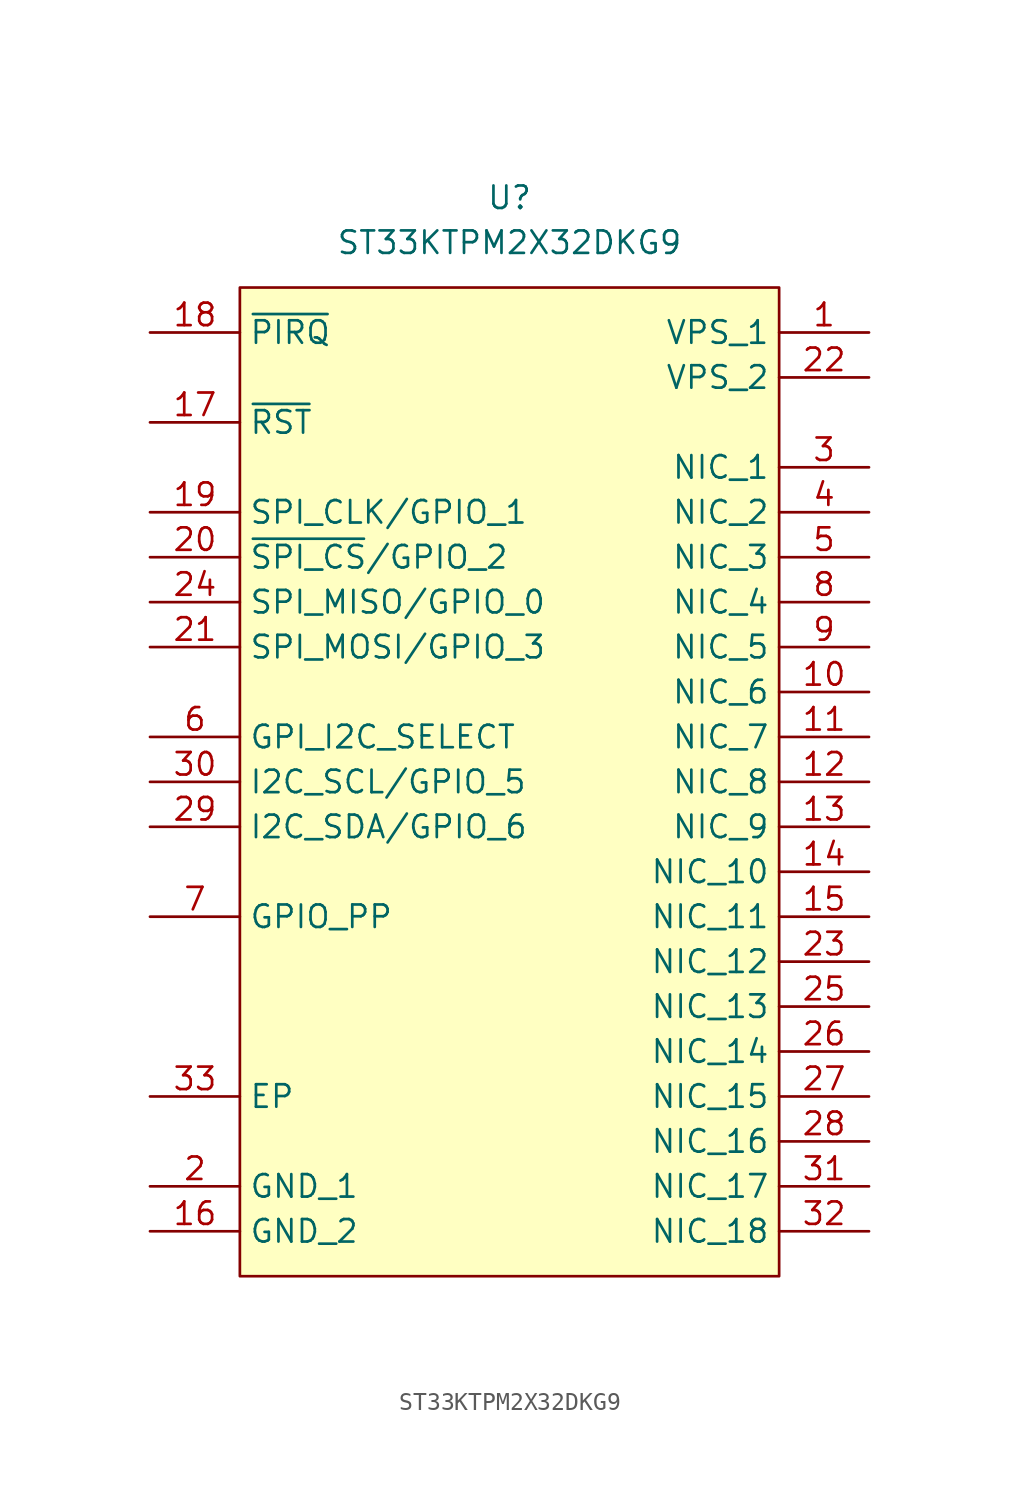
<source format=kicad_sym>
(kicad_symbol_lib
  (version 20241209)
  (generator "kicad_symbol_editor")
  (generator_version "9.0")
  (symbol "ST33KTPM2X32DKG9"
    (property "Reference" "U"
      (at 0 5.08 0)
      (effects (font (size 1.27 1.27))))
    (property "Value" "ST33KTPM2X32DKG9"
      (at 0 2.54 0)
      (effects (font (size 1.27 1.27))))
    (symbol "ST33KTPM2X32DKG9_1_1"
      (rectangle (start -15.24 0) (end 15.24 -55.88) (stroke (width 0) (type default)) (fill (type background)))
      (pin passive line (at -20.32 -2.54 0) (length 5.08) (name "~{PIRQ}" (effects (font (size 1.27 1.27)))) (number "18" (effects (font (size 1.27 1.27)))))
      (pin passive line (at -20.32 -7.62 0) (length 5.08) (name "~{RST}" (effects (font (size 1.27 1.27)))) (number "17" (effects (font (size 1.27 1.27)))))
      (pin passive line (at -20.32 -12.7 0) (length 5.08) (name "SPI_CLK/GPIO_1" (effects (font (size 1.27 1.27)))) (number "19" (effects (font (size 1.27 1.27)))))
      (pin passive line (at -20.32 -15.24 0) (length 5.08) (name "~{SPI_CS}/GPIO_2" (effects (font (size 1.27 1.27)))) (number "20" (effects (font (size 1.27 1.27)))))
      (pin passive line (at -20.32 -17.78 0) (length 5.08) (name "SPI_MISO/GPIO_0" (effects (font (size 1.27 1.27)))) (number "24" (effects (font (size 1.27 1.27)))))
      (pin passive line (at -20.32 -20.32 0) (length 5.08) (name "SPI_MOSI/GPIO_3" (effects (font (size 1.27 1.27)))) (number "21" (effects (font (size 1.27 1.27)))))
      (pin passive line (at -20.32 -25.4 0) (length 5.08) (name "GPI_I2C_SELECT" (effects (font (size 1.27 1.27)))) (number "6" (effects (font (size 1.27 1.27)))))
      (pin passive line (at -20.32 -27.94 0) (length 5.08) (name "I2C_SCL/GPIO_5" (effects (font (size 1.27 1.27)))) (number "30" (effects (font (size 1.27 1.27)))))
      (pin passive line (at -20.32 -30.48 0) (length 5.08) (name "I2C_SDA/GPIO_6" (effects (font (size 1.27 1.27)))) (number "29" (effects (font (size 1.27 1.27)))))
      (pin passive line (at -20.32 -35.56 0) (length 5.08) (name "GPIO_PP" (effects (font (size 1.27 1.27)))) (number "7" (effects (font (size 1.27 1.27)))))
      (pin passive line (at -20.32 -45.72 0) (length 5.08) (name "EP" (effects (font (size 1.27 1.27)))) (number "33" (effects (font (size 1.27 1.27)))))
      (pin passive line (at -20.32 -50.8 0) (length 5.08) (name "GND_1" (effects (font (size 1.27 1.27)))) (number "2" (effects (font (size 1.27 1.27)))))
      (pin passive line (at -20.32 -53.34 0) (length 5.08) (name "GND_2" (effects (font (size 1.27 1.27)))) (number "16" (effects (font (size 1.27 1.27)))))
      (pin passive line (at 20.32 -2.54 180) (length 5.08) (name "VPS_1" (effects (font (size 1.27 1.27)))) (number "1" (effects (font (size 1.27 1.27)))))
      (pin passive line (at 20.32 -5.08 180) (length 5.08) (name "VPS_2" (effects (font (size 1.27 1.27)))) (number "22" (effects (font (size 1.27 1.27)))))
      (pin passive line (at 20.32 -10.16 180) (length 5.08) (name "NIC_1" (effects (font (size 1.27 1.27)))) (number "3" (effects (font (size 1.27 1.27)))))
      (pin passive line (at 20.32 -12.7 180) (length 5.08) (name "NIC_2" (effects (font (size 1.27 1.27)))) (number "4" (effects (font (size 1.27 1.27)))))
      (pin passive line (at 20.32 -15.24 180) (length 5.08) (name "NIC_3" (effects (font (size 1.27 1.27)))) (number "5" (effects (font (size 1.27 1.27)))))
      (pin passive line (at 20.32 -17.78 180) (length 5.08) (name "NIC_4" (effects (font (size 1.27 1.27)))) (number "8" (effects (font (size 1.27 1.27)))))
      (pin passive line (at 20.32 -20.32 180) (length 5.08) (name "NIC_5" (effects (font (size 1.27 1.27)))) (number "9" (effects (font (size 1.27 1.27)))))
      (pin passive line (at 20.32 -22.86 180) (length 5.08) (name "NIC_6" (effects (font (size 1.27 1.27)))) (number "10" (effects (font (size 1.27 1.27)))))
      (pin passive line (at 20.32 -25.4 180) (length 5.08) (name "NIC_7" (effects (font (size 1.27 1.27)))) (number "11" (effects (font (size 1.27 1.27)))))
      (pin passive line (at 20.32 -27.94 180) (length 5.08) (name "NIC_8" (effects (font (size 1.27 1.27)))) (number "12" (effects (font (size 1.27 1.27)))))
      (pin passive line (at 20.32 -30.48 180) (length 5.08) (name "NIC_9" (effects (font (size 1.27 1.27)))) (number "13" (effects (font (size 1.27 1.27)))))
      (pin passive line (at 20.32 -33.02 180) (length 5.08) (name "NIC_10" (effects (font (size 1.27 1.27)))) (number "14" (effects (font (size 1.27 1.27)))))
      (pin passive line (at 20.32 -35.56 180) (length 5.08) (name "NIC_11" (effects (font (size 1.27 1.27)))) (number "15" (effects (font (size 1.27 1.27)))))
      (pin passive line (at 20.32 -38.1 180) (length 5.08) (name "NIC_12" (effects (font (size 1.27 1.27)))) (number "23" (effects (font (size 1.27 1.27)))))
      (pin passive line (at 20.32 -40.64 180) (length 5.08) (name "NIC_13" (effects (font (size 1.27 1.27)))) (number "25" (effects (font (size 1.27 1.27)))))
      (pin passive line (at 20.32 -43.18 180) (length 5.08) (name "NIC_14" (effects (font (size 1.27 1.27)))) (number "26" (effects (font (size 1.27 1.27)))))
      (pin passive line (at 20.32 -45.72 180) (length 5.08) (name "NIC_15" (effects (font (size 1.27 1.27)))) (number "27" (effects (font (size 1.27 1.27)))))
      (pin passive line (at 20.32 -48.26 180) (length 5.08) (name "NIC_16" (effects (font (size 1.27 1.27)))) (number "28" (effects (font (size 1.27 1.27)))))
      (pin passive line (at 20.32 -50.8 180) (length 5.08) (name "NIC_17" (effects (font (size 1.27 1.27)))) (number "31" (effects (font (size 1.27 1.27)))))
      (pin passive line (at 20.32 -53.34 180) (length 5.08) (name "NIC_18" (effects (font (size 1.27 1.27)))) (number "32" (effects (font (size 1.27 1.27))))))))
</source>
